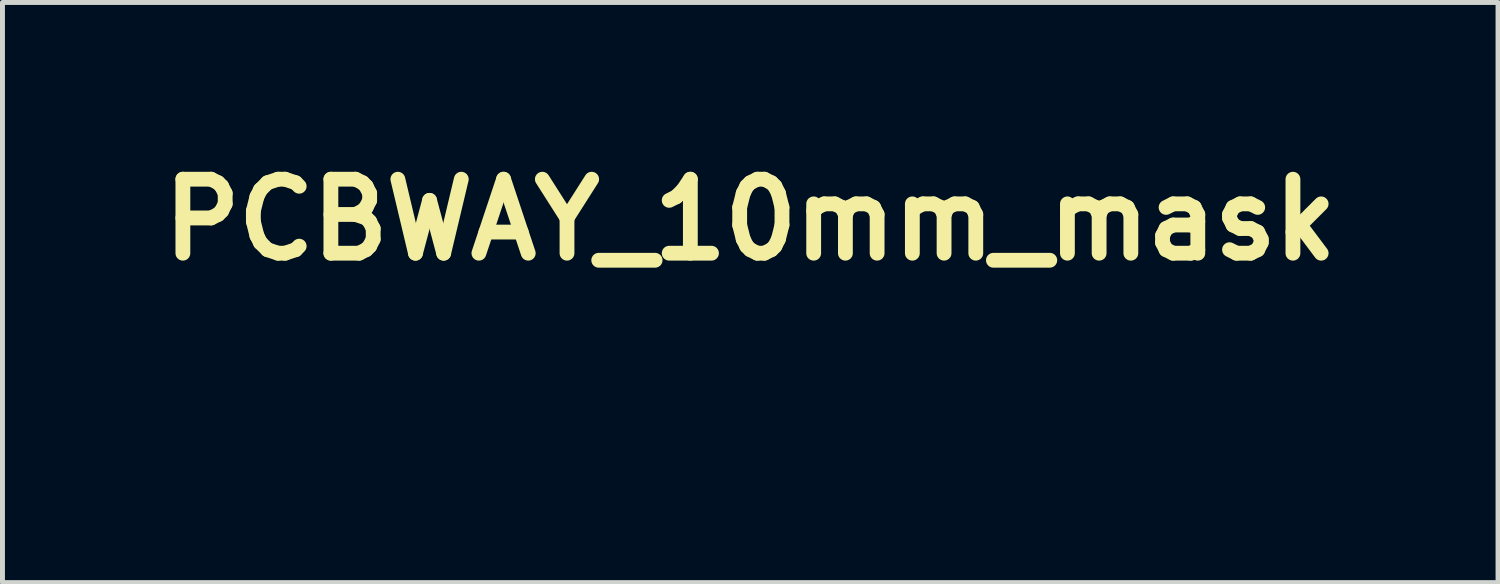
<source format=kicad_pcb>
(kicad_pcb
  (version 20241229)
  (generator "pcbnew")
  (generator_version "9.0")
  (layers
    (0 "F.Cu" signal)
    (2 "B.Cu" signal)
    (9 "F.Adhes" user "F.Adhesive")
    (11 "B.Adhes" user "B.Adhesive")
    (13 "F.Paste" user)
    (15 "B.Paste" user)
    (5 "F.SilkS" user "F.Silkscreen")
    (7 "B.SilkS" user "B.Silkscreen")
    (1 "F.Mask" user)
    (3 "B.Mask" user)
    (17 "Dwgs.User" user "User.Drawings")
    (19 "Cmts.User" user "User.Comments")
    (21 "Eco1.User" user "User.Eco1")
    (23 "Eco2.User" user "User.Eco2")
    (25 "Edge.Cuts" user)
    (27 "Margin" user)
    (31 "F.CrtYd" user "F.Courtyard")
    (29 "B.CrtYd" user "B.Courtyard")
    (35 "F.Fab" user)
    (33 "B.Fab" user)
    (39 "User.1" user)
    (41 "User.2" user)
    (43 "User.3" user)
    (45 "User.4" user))
  (footprint "PCBWAY_10mm_mask"
    (layer "F.Cu")
    (at 10.857 4.404)
    (property "Reference" "PCBWAY_10mm_mask" (at 1.3 -3 0) (layer "F.SilkS") (effects (font (size 1.5 1.5) (thickness 0.3))))
    (attr board_only exclude_from_pos_files exclude_from_bom)
    (fp_poly (pts (xy -3.879 -1.163) (xy -3.74 -1.161) (xy -3.63 -1.159) (xy -3.545 -1.156) (xy -3.481 -1.152) (xy -3.433 -1.147) (xy -3.398 -1.141) (xy -3.371 -1.133) (xy -3.359 -1.128) (xy -3.265 -1.075) (xy -3.194 -1.008) (xy -3.137 -0.918) (xy -3.135 -0.914) (xy -3.108 -0.856) (xy -3.093 -0.807) (xy -3.085 -0.752) (xy -3.083 -0.679) (xy -3.083 -0.673) (xy -3.094 -0.538) (xy -3.126 -0.427) (xy -3.183 -0.335) (xy -3.265 -0.261) (xy -3.345 -0.214) (xy -3.387 -0.194) (xy -3.424 -0.179) (xy -3.462 -0.169) (xy -3.508 -0.162) (xy -3.569 -0.157) (xy -3.652 -0.153) (xy -3.72 -0.151) (xy -3.986 -0.142) (xy -3.989 0.158) (xy -3.992 0.458) (xy -4.15 0.463) (xy -4.22 0.465) (xy -4.277 0.463) (xy -4.313 0.459) (xy -4.321 0.457) (xy -4.324 0.438) (xy -4.326 0.389) (xy -4.328 0.314) (xy -4.33 0.215) (xy -4.331 0.096) (xy -4.332 -0.041) (xy -4.333 -0.19) (xy -4.333 -0.351) (xy -4.333 -0.363) (xy -4.333 -0.883) (xy -3.983 -0.883) (xy -3.983 -0.656) (xy -3.983 -0.429) (xy -3.796 -0.437) (xy -3.686 -0.443) (xy -3.606 -0.455) (xy -3.553 -0.471) (xy -3.549 -0.472) (xy -3.486 -0.518) (xy -3.447 -0.58) (xy -3.431 -0.649) (xy -3.439 -0.72) (xy -3.469 -0.785) (xy -3.522 -0.836) (xy -3.58 -0.864) (xy -3.625 -0.872) (xy -3.693 -0.879) (xy -3.772 -0.883) (xy -3.814 -0.883) (xy -3.983 -0.883) (xy -4.333 -0.883) (xy -4.333 -1.169)) (stroke (width 0) (type solid)) (fill yes) (layer "F.Mask"))
    (fp_poly (pts (xy -2.126 -1.146) (xy -2.032 -1.135) (xy -1.986 -1.126) (xy -1.831 -1.069) (xy -1.694 -0.987) (xy -1.629 -0.932) (xy -1.542 -0.85) (xy -1.642 -0.758) (xy -1.69 -0.716) (xy -1.729 -0.684) (xy -1.753 -0.668) (xy -1.756 -0.667) (xy -1.776 -0.677) (xy -1.811 -0.703) (xy -1.83 -0.719) (xy -1.88 -0.756) (xy -1.944 -0.795) (xy -1.983 -0.815) (xy -2.077 -0.846) (xy -2.185 -0.86) (xy -2.294 -0.858) (xy -2.392 -0.838) (xy -2.434 -0.821) (xy -2.513 -0.771) (xy -2.588 -0.705) (xy -2.649 -0.631) (xy -2.689 -0.56) (xy -2.691 -0.553) (xy -2.71 -0.467) (xy -2.716 -0.366) (xy -2.709 -0.264) (xy -2.691 -0.18) (xy -2.64 -0.078) (xy -2.565 0.006) (xy -2.473 0.069) (xy -2.367 0.111) (xy -2.252 0.13) (xy -2.134 0.126) (xy -2.018 0.098) (xy -1.908 0.044) (xy -1.859 0.008) (xy -1.812 -0.029) (xy -1.774 -0.056) (xy -1.754 -0.067) (xy -1.754 -0.067) (xy -1.737 -0.056) (xy -1.703 -0.026) (xy -1.659 0.016) (xy -1.65 0.025) (xy -1.605 0.073) (xy -1.58 0.108) (xy -1.576 0.138) (xy -1.596 0.17) (xy -1.64 0.209) (xy -1.696 0.253) (xy -1.787 0.316) (xy -1.875 0.36) (xy -1.97 0.389) (xy -2.079 0.405) (xy -2.183 0.41) (xy -2.311 0.41) (xy -2.408 0.402) (xy -2.455 0.393) (xy -2.603 0.334) (xy -2.733 0.251) (xy -2.843 0.145) (xy -2.928 0.021) (xy -2.987 -0.118) (xy -3 -0.168) (xy -3.015 -0.286) (xy -3.014 -0.416) (xy -2.998 -0.547) (xy -2.968 -0.664) (xy -2.958 -0.691) (xy -2.894 -0.807) (xy -2.803 -0.914) (xy -2.691 -1.006) (xy -2.566 -1.079) (xy -2.433 -1.128) (xy -2.417 -1.132) (xy -2.333 -1.144) (xy -2.232 -1.149)) (stroke (width 0) (type solid)) (fill yes) (layer "F.Mask"))
    (fp_poly (pts (xy 2.689 -0.817) (xy 2.827 -0.797) (xy 2.936 -0.766) (xy 3.021 -0.722) (xy 3.086 -0.665) (xy 3.135 -0.59) (xy 3.137 -0.586) (xy 3.148 -0.563) (xy 3.156 -0.539) (xy 3.163 -0.512) (xy 3.168 -0.477) (xy 3.171 -0.43) (xy 3.173 -0.366) (xy 3.174 -0.281) (xy 3.175 -0.172) (xy 3.175 -0.034) (xy 3.175 -0.025) (xy 3.175 0.458) (xy 2.979 0.463) (xy 2.783 0.468) (xy 2.783 0.409) (xy 2.781 0.37) (xy 2.775 0.351) (xy 2.774 0.35) (xy 2.756 0.359) (xy 2.723 0.382) (xy 2.71 0.391) (xy 2.634 0.44) (xy 2.554 0.469) (xy 2.458 0.482) (xy 2.405 0.483) (xy 2.324 0.48) (xy 2.264 0.47) (xy 2.212 0.451) (xy 2.202 0.446) (xy 2.119 0.386) (xy 2.056 0.305) (xy 2.017 0.211) (xy 2 0.11) (xy 2.005 0.053) (xy 2.403 0.053) (xy 2.406 0.103) (xy 2.431 0.157) (xy 2.479 0.193) (xy 2.543 0.21) (xy 2.616 0.208) (xy 2.693 0.184) (xy 2.727 0.165) (xy 2.756 0.146) (xy 2.772 0.127) (xy 2.781 0.1) (xy 2.783 0.054) (xy 2.783 0.005) (xy 2.783 -0.121) (xy 2.671 -0.109) (xy 2.559 -0.089) (xy 2.477 -0.056) (xy 2.425 -0.008) (xy 2.403 0.053) (xy 2.005 0.053) (xy 2.008 0.007) (xy 2.042 -0.09) (xy 2.097 -0.17) (xy 2.158 -0.224) (xy 2.235 -0.268) (xy 2.333 -0.304) (xy 2.455 -0.331) (xy 2.605 -0.352) (xy 2.663 -0.358) (xy 2.721 -0.366) (xy 2.764 -0.376) (xy 2.783 -0.385) (xy 2.783 -0.387) (xy 2.77 -0.427) (xy 2.738 -0.471) (xy 2.696 -0.506) (xy 2.673 -0.517) (xy 2.582 -0.535) (xy 2.474 -0.535) (xy 2.359 -0.519) (xy 2.262 -0.494) (xy 2.2 -0.473) (xy 2.15 -0.458) (xy 2.12 -0.45) (xy 2.116 -0.45) (xy 2.109 -0.466) (xy 2.103 -0.509) (xy 2.1 -0.573) (xy 2.1 -0.607) (xy 2.1 -0.764) (xy 2.188 -0.782) (xy 2.373 -0.813) (xy 2.541 -0.824)) (stroke (width 0) (type solid)) (fill yes) (layer "F.Mask"))
    (fp_poly (pts (xy -1.051 -1.184) (xy -0.907 -1.183) (xy -0.792 -1.181) (xy -0.702 -1.177) (xy -0.634 -1.173) (xy -0.582 -1.166) (xy -0.543 -1.158) (xy -0.539 -1.157) (xy -0.432 -1.112) (xy -0.352 -1.048) (xy -0.298 -0.964) (xy -0.271 -0.86) (xy -0.268 -0.807) (xy -0.278 -0.703) (xy -0.311 -0.61) (xy -0.362 -0.534) (xy -0.425 -0.483) (xy -0.458 -0.46) (xy -0.465 -0.442) (xy -0.443 -0.433) (xy -0.439 -0.433) (xy -0.41 -0.425) (xy -0.366 -0.403) (xy -0.328 -0.38) (xy -0.27 -0.336) (xy -0.229 -0.288) (xy -0.203 -0.227) (xy -0.189 -0.149) (xy -0.184 -0.045) (xy -0.184 -0.024) (xy -0.184 0.054) (xy -0.187 0.108) (xy -0.195 0.147) (xy -0.209 0.181) (xy -0.231 0.218) (xy -0.232 0.221) (xy -0.295 0.297) (xy -0.38 0.361) (xy -0.491 0.416) (xy -0.502 0.42) (xy -0.532 0.431) (xy -0.563 0.44) (xy -0.6 0.446) (xy -0.647 0.451) (xy -0.709 0.455) (xy -0.791 0.458) (xy -0.897 0.461) (xy -1.032 0.463) (xy -1.038 0.463) (xy -1.484 0.47) (xy -1.48 -0.25) (xy -1.067 -0.25) (xy -1.067 -0.048) (xy -1.067 0.154) (xy -0.904 0.147) (xy -0.797 0.139) (xy -0.722 0.124) (xy -0.688 0.111) (xy -0.635 0.072) (xy -0.606 0.02) (xy -0.597 -0.054) (xy -0.597 -0.064) (xy -0.608 -0.131) (xy -0.638 -0.181) (xy -0.691 -0.217) (xy -0.768 -0.239) (xy -0.874 -0.249) (xy -0.929 -0.25) (xy -1.067 -0.25) (xy -1.48 -0.25) (xy -1.479 -0.358) (xy -1.478 -0.639) (xy -1.065 -0.639) (xy -1.064 -0.592) (xy -1.06 -0.565) (xy -1.05 -0.553) (xy -1.035 -0.548) (xy -1.03 -0.547) (xy -0.982 -0.545) (xy -0.917 -0.547) (xy -0.851 -0.552) (xy -0.805 -0.559) (xy -0.753 -0.585) (xy -0.717 -0.633) (xy -0.699 -0.692) (xy -0.702 -0.755) (xy -0.728 -0.811) (xy -0.74 -0.824) (xy -0.793 -0.857) (xy -0.87 -0.877) (xy -0.963 -0.882) (xy -0.992 -0.88) (xy -1.058 -0.875) (xy -1.063 -0.714) (xy -1.065 -0.639) (xy -1.478 -0.639) (xy -1.475 -1.186)) (stroke (width 0) (type solid)) (fill yes) (layer "F.Mask"))
    (fp_poly (pts (xy 1.233 -0.98) (xy 1.257 -0.877) (xy 1.286 -0.755) (xy 1.315 -0.631) (xy 1.342 -0.517) (xy 1.344 -0.508) (xy 1.373 -0.387) (xy 1.395 -0.294) (xy 1.411 -0.227) (xy 1.423 -0.181) (xy 1.431 -0.153) (xy 1.437 -0.139) (xy 1.44 -0.135) (xy 1.441 -0.136) (xy 1.446 -0.153) (xy 1.456 -0.198) (xy 1.472 -0.268) (xy 1.492 -0.357) (xy 1.515 -0.462) (xy 1.54 -0.575) (xy 1.566 -0.696) (xy 1.591 -0.811) (xy 1.614 -0.915) (xy 1.633 -1.002) (xy 1.647 -1.067) (xy 1.655 -1.1) (xy 1.676 -1.192) (xy 1.874 -1.196) (xy 1.953 -1.197) (xy 2.019 -1.195) (xy 2.066 -1.192) (xy 2.087 -1.186) (xy 2.09 -1.164) (xy 2.084 -1.117) (xy 2.07 -1.054) (xy 2.068 -1.048) (xy 2.057 -1.004) (xy 2.038 -0.932) (xy 2.014 -0.837) (xy 1.985 -0.722) (xy 1.952 -0.593) (xy 1.916 -0.454) (xy 1.879 -0.309) (xy 1.875 -0.292) (xy 1.839 -0.149) (xy 1.805 -0.015) (xy 1.774 0.108) (xy 1.747 0.215) (xy 1.724 0.302) (xy 1.708 0.365) (xy 1.699 0.401) (xy 1.698 0.404) (xy 1.682 0.467) (xy 1.457 0.467) (xy 1.367 0.466) (xy 1.304 0.465) (xy 1.263 0.462) (xy 1.239 0.456) (xy 1.226 0.446) (xy 1.218 0.432) (xy 1.217 0.429) (xy 1.208 0.403) (xy 1.193 0.349) (xy 1.172 0.273) (xy 1.148 0.181) (xy 1.121 0.077) (xy 1.107 0.025) (xy 1.079 -0.087) (xy 1.051 -0.194) (xy 1.026 -0.289) (xy 1.005 -0.366) (xy 0.991 -0.42) (xy 0.987 -0.433) (xy 0.98 -0.461) (xy 0.974 -0.483) (xy 0.969 -0.498) (xy 0.963 -0.502) (xy 0.956 -0.492) (xy 0.946 -0.467) (xy 0.933 -0.424) (xy 0.916 -0.359) (xy 0.893 -0.27) (xy 0.864 -0.155) (xy 0.827 -0.011) (xy 0.82 0.017) (xy 0.708 0.458) (xy 0.479 0.463) (xy 0.381 0.464) (xy 0.313 0.463) (xy 0.27 0.459) (xy 0.248 0.452) (xy 0.242 0.446) (xy 0.236 0.424) (xy 0.224 0.375) (xy 0.206 0.305) (xy 0.184 0.22) (xy 0.167 0.15) (xy 0.145 0.062) (xy 0.116 -0.052) (xy 0.083 -0.184) (xy 0.046 -0.327) (xy 0.009 -0.474) (xy -0.028 -0.618) (xy -0.034 -0.643) (xy -0.067 -0.77) (xy -0.096 -0.886) (xy -0.121 -0.989) (xy -0.142 -1.074) (xy -0.157 -1.136) (xy -0.165 -1.173) (xy -0.167 -1.181) (xy -0.155 -1.189) (xy -0.117 -1.195) (xy -0.052 -1.199) (xy 0.044 -1.2) (xy 0.05 -1.2) (xy 0.138 -1.2) (xy 0.199 -1.198) (xy 0.237 -1.195) (xy 0.259 -1.189) (xy 0.269 -1.179) (xy 0.275 -1.164) (xy 0.275 -1.163) (xy 0.28 -1.137) (xy 0.292 -1.083) (xy 0.308 -1.006) (xy 0.328 -0.909) (xy 0.351 -0.797) (xy 0.376 -0.674) (xy 0.384 -0.634) (xy 0.409 -0.511) (xy 0.433 -0.399) (xy 0.453 -0.302) (xy 0.47 -0.223) (xy 0.482 -0.168) (xy 0.489 -0.14) (xy 0.49 -0.138) (xy 0.495 -0.152) (xy 0.507 -0.195) (xy 0.526 -0.262) (xy 0.549 -0.351) (xy 0.576 -0.458) (xy 0.607 -0.578) (xy 0.628 -0.662) (xy 0.76 -1.192) (xy 0.97 -1.196) (xy 1.18 -1.201)) (stroke (width 0) (type solid)) (fill yes) (layer "F.Mask"))
    (fp_poly (pts (xy 3.363 -0.787) (xy 3.456 -0.785) (xy 3.519 -0.78) (xy 3.556 -0.773) (xy 3.571 -0.763) (xy 3.579 -0.743) (xy 3.596 -0.697) (xy 3.619 -0.63) (xy 3.647 -0.549) (xy 3.678 -0.459) (xy 3.709 -0.365) (xy 3.74 -0.273) (xy 3.768 -0.189) (xy 3.792 -0.118) (xy 3.808 -0.066) (xy 3.817 -0.038) (xy 3.817 -0.035) (xy 3.822 -0.046) (xy 3.836 -0.086) (xy 3.857 -0.15) (xy 3.885 -0.235) (xy 3.917 -0.336) (xy 3.954 -0.451) (xy 3.993 -0.575) (xy 4.012 -0.637) (xy 4.058 -0.783) (xy 4.262 -0.783) (xy 4.34 -0.783) (xy 4.405 -0.781) (xy 4.449 -0.778) (xy 4.467 -0.775) (xy 4.467 -0.775) (xy 4.461 -0.757) (xy 4.446 -0.715) (xy 4.424 -0.656) (xy 4.411 -0.621) (xy 4.375 -0.527) (xy 4.334 -0.417) (xy 4.288 -0.297) (xy 4.241 -0.169) (xy 4.192 -0.037) (xy 4.143 0.096) (xy 4.096 0.225) (xy 4.051 0.346) (xy 4.011 0.457) (xy 3.977 0.553) (xy 3.949 0.632) (xy 3.929 0.688) (xy 3.92 0.718) (xy 3.919 0.723) (xy 3.936 0.726) (xy 3.982 0.732) (xy 4.051 0.741) (xy 4.138 0.752) (xy 4.238 0.764) (xy 4.263 0.767) (xy 4.364 0.779) (xy 4.454 0.792) (xy 4.526 0.803) (xy 4.576 0.812) (xy 4.599 0.819) (xy 4.6 0.82) (xy 4.594 0.833) (xy 4.574 0.842) (xy 4.535 0.847) (xy 4.475 0.847) (xy 4.39 0.843) (xy 4.275 0.836) (xy 4.252 0.835) (xy 4.153 0.828) (xy 4.064 0.821) (xy 3.991 0.816) (xy 3.939 0.812) (xy 3.917 0.811) (xy 3.886 0.816) (xy 3.868 0.842) (xy 3.861 0.863) (xy 3.845 0.917) (xy 3.631 0.917) (xy 3.551 0.916) (xy 3.484 0.914) (xy 3.438 0.912) (xy 3.417 0.908) (xy 3.417 0.908) (xy 3.423 0.888) (xy 3.437 0.85) (xy 3.442 0.839) (xy 3.457 0.799) (xy 3.463 0.776) (xy 3.462 0.773) (xy 3.443 0.769) (xy 3.394 0.762) (xy 3.32 0.755) (xy 3.225 0.746) (xy 3.113 0.736) (xy 2.988 0.726) (xy 2.854 0.716) (xy 2.733 0.708) (xy 2.285 0.686) (xy 1.81 0.676) (xy 1.31 0.678) (xy 0.788 0.693) (xy 0.248 0.72) (xy -0.308 0.759) (xy -0.875 0.81) (xy -1.452 0.873) (xy -1.542 0.884) (xy -1.848 0.922) (xy -2.142 0.961) (xy -2.43 1.002) (xy -2.72 1.046) (xy -3.02 1.094) (xy -3.338 1.148) (xy -3.633 1.2) (xy -3.815 1.232) (xy -3.98 1.262) (xy -4.125 1.289) (xy -4.247 1.311) (xy -4.344 1.33) (xy -4.411 1.343) (xy -4.43 1.347) (xy -4.48 1.355) (xy -4.5 1.349) (xy -4.5 1.346) (xy -4.497 1.322) (xy -4.49 1.275) (xy -4.48 1.222) (xy -4.467 1.162) (xy -4.453 1.127) (xy -4.435 1.11) (xy -4.426 1.108) (xy -4.367 1.096) (xy -4.28 1.079) (xy -4.168 1.059) (xy -4.036 1.037) (xy -3.889 1.012) (xy -3.73 0.986) (xy -3.565 0.96) (xy -3.397 0.934) (xy -3.231 0.908) (xy -3.071 0.884) (xy -2.922 0.862) (xy -2.787 0.843) (xy -2.717 0.834) (xy -2.058 0.752) (xy -1.422 0.686) (xy -0.802 0.635) (xy -0.192 0.599) (xy 0.415 0.578) (xy 1.024 0.57) (xy 1.356 0.572) (xy 1.619 0.575) (xy 1.854 0.579) (xy 2.067 0.584) (xy 2.263 0.591) (xy 2.449 0.599) (xy 2.63 0.609) (xy 2.811 0.622) (xy 2.998 0.636) (xy 3.197 0.654) (xy 3.233 0.657) (xy 3.323 0.665) (xy 3.4 0.67) (xy 3.459 0.672) (xy 3.495 0.672) (xy 3.502 0.67) (xy 3.512 0.65) (xy 3.531 0.607) (xy 3.554 0.55) (xy 3.557 0.541) (xy 3.602 0.424) (xy 3.477 0.091) (xy 3.431 -0.031) (xy 3.381 -0.164) (xy 3.331 -0.296) (xy 3.285 -0.418) (xy 3.251 -0.507) (xy 3.218 -0.594) (xy 3.191 -0.671) (xy 3.171 -0.731) (xy 3.16 -0.769) (xy 3.158 -0.781) (xy 3.177 -0.784) (xy 3.223 -0.786) (xy 3.288 -0.787)) (stroke (width 0) (type solid)) (fill yes) (layer "F.Mask")))
  (gr_rect
    (start -3 -3)
    (end 27.314 8.759)
    (stroke (width 0.1) (type default))
    (fill no)
    (layer "Edge.Cuts")))
</source>
